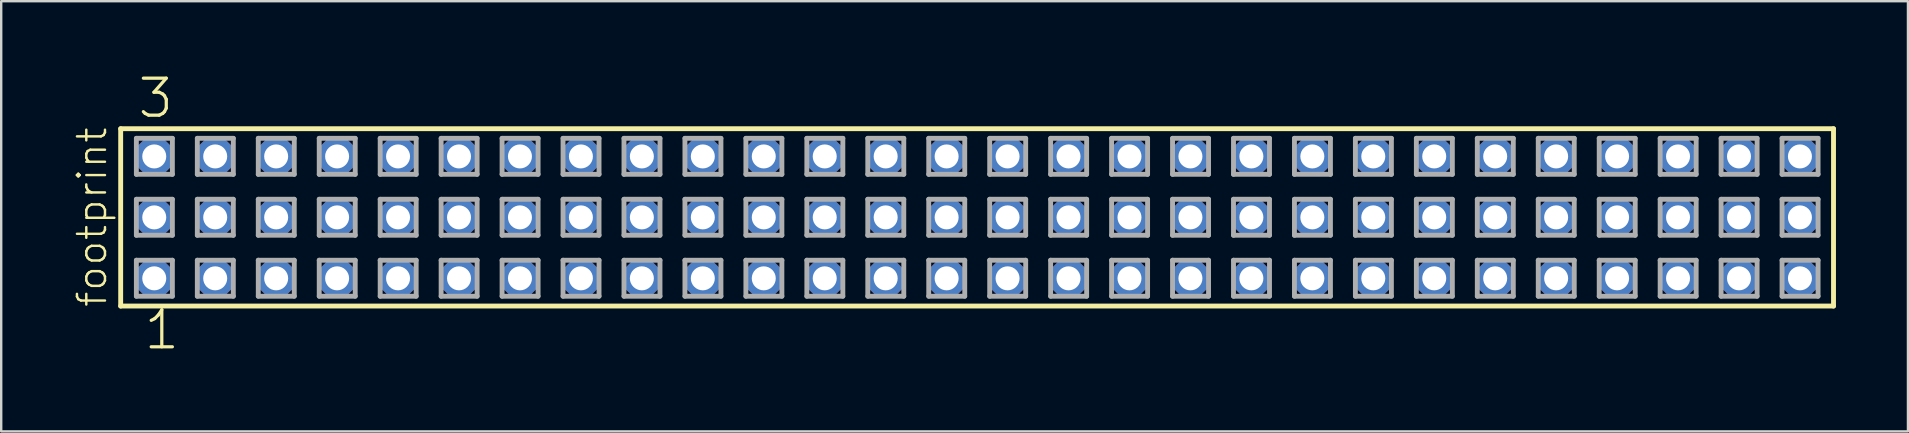
<source format=kicad_pcb>
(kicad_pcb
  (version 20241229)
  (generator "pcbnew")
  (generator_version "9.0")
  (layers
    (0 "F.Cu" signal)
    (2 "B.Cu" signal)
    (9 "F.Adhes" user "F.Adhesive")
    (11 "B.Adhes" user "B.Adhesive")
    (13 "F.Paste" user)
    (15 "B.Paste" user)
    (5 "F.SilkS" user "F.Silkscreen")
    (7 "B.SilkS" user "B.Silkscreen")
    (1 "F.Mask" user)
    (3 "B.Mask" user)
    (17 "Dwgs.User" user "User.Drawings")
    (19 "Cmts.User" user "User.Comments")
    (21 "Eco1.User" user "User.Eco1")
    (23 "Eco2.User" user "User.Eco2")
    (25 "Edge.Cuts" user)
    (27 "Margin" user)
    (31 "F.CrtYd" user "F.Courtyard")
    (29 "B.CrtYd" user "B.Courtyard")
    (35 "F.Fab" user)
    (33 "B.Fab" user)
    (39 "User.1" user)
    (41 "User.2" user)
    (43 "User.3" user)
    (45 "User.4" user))
  (footprint "footprint"
    (layer "F.Cu")
    (at 37.668 6.009)
    (property "Reference" "footprint" (at -36.195 3.81 90) (layer "F.SilkS") (effects (font (size 1.168 1.168) (thickness 0.102)) (justify left bottom)))
    (fp_line (start -35.689 -3.695) (end 35.689 -3.695) (stroke (width 0.203) (type solid)) (layer "F.SilkS"))
    (fp_line (start -35.689 3.695) (end -35.689 -3.695) (stroke (width 0.203) (type solid)) (layer "F.SilkS"))
    (fp_line (start 35.689 -3.695) (end 35.689 3.695) (stroke (width 0.203) (type solid)) (layer "F.SilkS"))
    (fp_line (start 35.689 3.695) (end -35.689 3.695) (stroke (width 0.203) (type solid)) (layer "F.SilkS"))
    (fp_line (start -35.035 -3.295) (end -33.535 -3.295) (stroke (width 0.203) (type solid)) (layer "F.Fab"))
    (fp_line (start -35.035 -1.795) (end -35.035 -3.295) (stroke (width 0.203) (type solid)) (layer "F.Fab"))
    (fp_line (start -35.035 -0.755) (end -33.535 -0.755) (stroke (width 0.203) (type solid)) (layer "F.Fab"))
    (fp_line (start -35.035 0.745) (end -35.035 -0.755) (stroke (width 0.203) (type solid)) (layer "F.Fab"))
    (fp_line (start -35.035 1.785) (end -33.535 1.785) (stroke (width 0.203) (type solid)) (layer "F.Fab"))
    (fp_line (start -35.035 3.285) (end -35.035 1.785) (stroke (width 0.203) (type solid)) (layer "F.Fab"))
    (fp_line (start -33.535 -3.295) (end -33.535 -1.795) (stroke (width 0.203) (type solid)) (layer "F.Fab"))
    (fp_line (start -33.535 -1.795) (end -35.035 -1.795) (stroke (width 0.203) (type solid)) (layer "F.Fab"))
    (fp_line (start -33.535 -0.755) (end -33.535 0.745) (stroke (width 0.203) (type solid)) (layer "F.Fab"))
    (fp_line (start -33.535 0.745) (end -35.035 0.745) (stroke (width 0.203) (type solid)) (layer "F.Fab"))
    (fp_line (start -33.535 1.785) (end -33.535 3.285) (stroke (width 0.203) (type solid)) (layer "F.Fab"))
    (fp_line (start -33.535 3.285) (end -35.035 3.285) (stroke (width 0.203) (type solid)) (layer "F.Fab"))
    (fp_line (start -32.495 -3.295) (end -30.995 -3.295) (stroke (width 0.203) (type solid)) (layer "F.Fab"))
    (fp_line (start -32.495 -1.795) (end -32.495 -3.295) (stroke (width 0.203) (type solid)) (layer "F.Fab"))
    (fp_line (start -32.495 -0.755) (end -30.995 -0.755) (stroke (width 0.203) (type solid)) (layer "F.Fab"))
    (fp_line (start -32.495 0.745) (end -32.495 -0.755) (stroke (width 0.203) (type solid)) (layer "F.Fab"))
    (fp_line (start -32.495 1.785) (end -30.995 1.785) (stroke (width 0.203) (type solid)) (layer "F.Fab"))
    (fp_line (start -32.495 3.285) (end -32.495 1.785) (stroke (width 0.203) (type solid)) (layer "F.Fab"))
    (fp_line (start -30.995 -3.295) (end -30.995 -1.795) (stroke (width 0.203) (type solid)) (layer "F.Fab"))
    (fp_line (start -30.995 -1.795) (end -32.495 -1.795) (stroke (width 0.203) (type solid)) (layer "F.Fab"))
    (fp_line (start -30.995 -0.755) (end -30.995 0.745) (stroke (width 0.203) (type solid)) (layer "F.Fab"))
    (fp_line (start -30.995 0.745) (end -32.495 0.745) (stroke (width 0.203) (type solid)) (layer "F.Fab"))
    (fp_line (start -30.995 1.785) (end -30.995 3.285) (stroke (width 0.203) (type solid)) (layer "F.Fab"))
    (fp_line (start -30.995 3.285) (end -32.495 3.285) (stroke (width 0.203) (type solid)) (layer "F.Fab"))
    (fp_line (start -29.955 -3.295) (end -28.455 -3.295) (stroke (width 0.203) (type solid)) (layer "F.Fab"))
    (fp_line (start -29.955 -1.795) (end -29.955 -3.295) (stroke (width 0.203) (type solid)) (layer "F.Fab"))
    (fp_line (start -29.955 -0.755) (end -28.455 -0.755) (stroke (width 0.203) (type solid)) (layer "F.Fab"))
    (fp_line (start -29.955 0.745) (end -29.955 -0.755) (stroke (width 0.203) (type solid)) (layer "F.Fab"))
    (fp_line (start -29.955 1.785) (end -28.455 1.785) (stroke (width 0.203) (type solid)) (layer "F.Fab"))
    (fp_line (start -29.955 3.285) (end -29.955 1.785) (stroke (width 0.203) (type solid)) (layer "F.Fab"))
    (fp_line (start -28.455 -3.295) (end -28.455 -1.795) (stroke (width 0.203) (type solid)) (layer "F.Fab"))
    (fp_line (start -28.455 -1.795) (end -29.955 -1.795) (stroke (width 0.203) (type solid)) (layer "F.Fab"))
    (fp_line (start -28.455 -0.755) (end -28.455 0.745) (stroke (width 0.203) (type solid)) (layer "F.Fab"))
    (fp_line (start -28.455 0.745) (end -29.955 0.745) (stroke (width 0.203) (type solid)) (layer "F.Fab"))
    (fp_line (start -28.455 1.785) (end -28.455 3.285) (stroke (width 0.203) (type solid)) (layer "F.Fab"))
    (fp_line (start -28.455 3.285) (end -29.955 3.285) (stroke (width 0.203) (type solid)) (layer "F.Fab"))
    (fp_line (start -27.415 -3.295) (end -25.915 -3.295) (stroke (width 0.203) (type solid)) (layer "F.Fab"))
    (fp_line (start -27.415 -1.795) (end -27.415 -3.295) (stroke (width 0.203) (type solid)) (layer "F.Fab"))
    (fp_line (start -27.415 -0.755) (end -25.915 -0.755) (stroke (width 0.203) (type solid)) (layer "F.Fab"))
    (fp_line (start -27.415 0.745) (end -27.415 -0.755) (stroke (width 0.203) (type solid)) (layer "F.Fab"))
    (fp_line (start -27.415 1.785) (end -25.915 1.785) (stroke (width 0.203) (type solid)) (layer "F.Fab"))
    (fp_line (start -27.415 3.285) (end -27.415 1.785) (stroke (width 0.203) (type solid)) (layer "F.Fab"))
    (fp_line (start -25.915 -3.295) (end -25.915 -1.795) (stroke (width 0.203) (type solid)) (layer "F.Fab"))
    (fp_line (start -25.915 -1.795) (end -27.415 -1.795) (stroke (width 0.203) (type solid)) (layer "F.Fab"))
    (fp_line (start -25.915 -0.755) (end -25.915 0.745) (stroke (width 0.203) (type solid)) (layer "F.Fab"))
    (fp_line (start -25.915 0.745) (end -27.415 0.745) (stroke (width 0.203) (type solid)) (layer "F.Fab"))
    (fp_line (start -25.915 1.785) (end -25.915 3.285) (stroke (width 0.203) (type solid)) (layer "F.Fab"))
    (fp_line (start -25.915 3.285) (end -27.415 3.285) (stroke (width 0.203) (type solid)) (layer "F.Fab"))
    (fp_line (start -24.875 -3.295) (end -23.375 -3.295) (stroke (width 0.203) (type solid)) (layer "F.Fab"))
    (fp_line (start -24.875 -1.795) (end -24.875 -3.295) (stroke (width 0.203) (type solid)) (layer "F.Fab"))
    (fp_line (start -24.875 -0.755) (end -23.375 -0.755) (stroke (width 0.203) (type solid)) (layer "F.Fab"))
    (fp_line (start -24.875 0.745) (end -24.875 -0.755) (stroke (width 0.203) (type solid)) (layer "F.Fab"))
    (fp_line (start -24.875 1.785) (end -23.375 1.785) (stroke (width 0.203) (type solid)) (layer "F.Fab"))
    (fp_line (start -24.875 3.285) (end -24.875 1.785) (stroke (width 0.203) (type solid)) (layer "F.Fab"))
    (fp_line (start -23.375 -3.295) (end -23.375 -1.795) (stroke (width 0.203) (type solid)) (layer "F.Fab"))
    (fp_line (start -23.375 -1.795) (end -24.875 -1.795) (stroke (width 0.203) (type solid)) (layer "F.Fab"))
    (fp_line (start -23.375 -0.755) (end -23.375 0.745) (stroke (width 0.203) (type solid)) (layer "F.Fab"))
    (fp_line (start -23.375 0.745) (end -24.875 0.745) (stroke (width 0.203) (type solid)) (layer "F.Fab"))
    (fp_line (start -23.375 1.785) (end -23.375 3.285) (stroke (width 0.203) (type solid)) (layer "F.Fab"))
    (fp_line (start -23.375 3.285) (end -24.875 3.285) (stroke (width 0.203) (type solid)) (layer "F.Fab"))
    (fp_line (start -22.335 -3.295) (end -20.835 -3.295) (stroke (width 0.203) (type solid)) (layer "F.Fab"))
    (fp_line (start -22.335 -1.795) (end -22.335 -3.295) (stroke (width 0.203) (type solid)) (layer "F.Fab"))
    (fp_line (start -22.335 -0.755) (end -20.835 -0.755) (stroke (width 0.203) (type solid)) (layer "F.Fab"))
    (fp_line (start -22.335 0.745) (end -22.335 -0.755) (stroke (width 0.203) (type solid)) (layer "F.Fab"))
    (fp_line (start -22.335 1.785) (end -20.835 1.785) (stroke (width 0.203) (type solid)) (layer "F.Fab"))
    (fp_line (start -22.335 3.285) (end -22.335 1.785) (stroke (width 0.203) (type solid)) (layer "F.Fab"))
    (fp_line (start -20.835 -3.295) (end -20.835 -1.795) (stroke (width 0.203) (type solid)) (layer "F.Fab"))
    (fp_line (start -20.835 -1.795) (end -22.335 -1.795) (stroke (width 0.203) (type solid)) (layer "F.Fab"))
    (fp_line (start -20.835 -0.755) (end -20.835 0.745) (stroke (width 0.203) (type solid)) (layer "F.Fab"))
    (fp_line (start -20.835 0.745) (end -22.335 0.745) (stroke (width 0.203) (type solid)) (layer "F.Fab"))
    (fp_line (start -20.835 1.785) (end -20.835 3.285) (stroke (width 0.203) (type solid)) (layer "F.Fab"))
    (fp_line (start -20.835 3.285) (end -22.335 3.285) (stroke (width 0.203) (type solid)) (layer "F.Fab"))
    (fp_line (start -19.795 -3.295) (end -18.295 -3.295) (stroke (width 0.203) (type solid)) (layer "F.Fab"))
    (fp_line (start -19.795 -1.795) (end -19.795 -3.295) (stroke (width 0.203) (type solid)) (layer "F.Fab"))
    (fp_line (start -19.795 -0.755) (end -18.295 -0.755) (stroke (width 0.203) (type solid)) (layer "F.Fab"))
    (fp_line (start -19.795 0.745) (end -19.795 -0.755) (stroke (width 0.203) (type solid)) (layer "F.Fab"))
    (fp_line (start -19.795 1.785) (end -18.295 1.785) (stroke (width 0.203) (type solid)) (layer "F.Fab"))
    (fp_line (start -19.795 3.285) (end -19.795 1.785) (stroke (width 0.203) (type solid)) (layer "F.Fab"))
    (fp_line (start -18.295 -3.295) (end -18.295 -1.795) (stroke (width 0.203) (type solid)) (layer "F.Fab"))
    (fp_line (start -18.295 -1.795) (end -19.795 -1.795) (stroke (width 0.203) (type solid)) (layer "F.Fab"))
    (fp_line (start -18.295 -0.755) (end -18.295 0.745) (stroke (width 0.203) (type solid)) (layer "F.Fab"))
    (fp_line (start -18.295 0.745) (end -19.795 0.745) (stroke (width 0.203) (type solid)) (layer "F.Fab"))
    (fp_line (start -18.295 1.785) (end -18.295 3.285) (stroke (width 0.203) (type solid)) (layer "F.Fab"))
    (fp_line (start -18.295 3.285) (end -19.795 3.285) (stroke (width 0.203) (type solid)) (layer "F.Fab"))
    (fp_line (start -17.255 -3.295) (end -15.755 -3.295) (stroke (width 0.203) (type solid)) (layer "F.Fab"))
    (fp_line (start -17.255 -1.795) (end -17.255 -3.295) (stroke (width 0.203) (type solid)) (layer "F.Fab"))
    (fp_line (start -17.255 -0.755) (end -15.755 -0.755) (stroke (width 0.203) (type solid)) (layer "F.Fab"))
    (fp_line (start -17.255 0.745) (end -17.255 -0.755) (stroke (width 0.203) (type solid)) (layer "F.Fab"))
    (fp_line (start -17.255 1.785) (end -15.755 1.785) (stroke (width 0.203) (type solid)) (layer "F.Fab"))
    (fp_line (start -17.255 3.285) (end -17.255 1.785) (stroke (width 0.203) (type solid)) (layer "F.Fab"))
    (fp_line (start -15.755 -3.295) (end -15.755 -1.795) (stroke (width 0.203) (type solid)) (layer "F.Fab"))
    (fp_line (start -15.755 -1.795) (end -17.255 -1.795) (stroke (width 0.203) (type solid)) (layer "F.Fab"))
    (fp_line (start -15.755 -0.755) (end -15.755 0.745) (stroke (width 0.203) (type solid)) (layer "F.Fab"))
    (fp_line (start -15.755 0.745) (end -17.255 0.745) (stroke (width 0.203) (type solid)) (layer "F.Fab"))
    (fp_line (start -15.755 1.785) (end -15.755 3.285) (stroke (width 0.203) (type solid)) (layer "F.Fab"))
    (fp_line (start -15.755 3.285) (end -17.255 3.285) (stroke (width 0.203) (type solid)) (layer "F.Fab"))
    (fp_line (start -14.715 -3.295) (end -13.215 -3.295) (stroke (width 0.203) (type solid)) (layer "F.Fab"))
    (fp_line (start -14.715 -1.795) (end -14.715 -3.295) (stroke (width 0.203) (type solid)) (layer "F.Fab"))
    (fp_line (start -14.715 -0.755) (end -13.215 -0.755) (stroke (width 0.203) (type solid)) (layer "F.Fab"))
    (fp_line (start -14.715 0.745) (end -14.715 -0.755) (stroke (width 0.203) (type solid)) (layer "F.Fab"))
    (fp_line (start -14.715 1.785) (end -13.215 1.785) (stroke (width 0.203) (type solid)) (layer "F.Fab"))
    (fp_line (start -14.715 3.285) (end -14.715 1.785) (stroke (width 0.203) (type solid)) (layer "F.Fab"))
    (fp_line (start -13.215 -3.295) (end -13.215 -1.795) (stroke (width 0.203) (type solid)) (layer "F.Fab"))
    (fp_line (start -13.215 -1.795) (end -14.715 -1.795) (stroke (width 0.203) (type solid)) (layer "F.Fab"))
    (fp_line (start -13.215 -0.755) (end -13.215 0.745) (stroke (width 0.203) (type solid)) (layer "F.Fab"))
    (fp_line (start -13.215 0.745) (end -14.715 0.745) (stroke (width 0.203) (type solid)) (layer "F.Fab"))
    (fp_line (start -13.215 1.785) (end -13.215 3.285) (stroke (width 0.203) (type solid)) (layer "F.Fab"))
    (fp_line (start -13.215 3.285) (end -14.715 3.285) (stroke (width 0.203) (type solid)) (layer "F.Fab"))
    (fp_line (start -12.175 -3.295) (end -10.675 -3.295) (stroke (width 0.203) (type solid)) (layer "F.Fab"))
    (fp_line (start -12.175 -1.795) (end -12.175 -3.295) (stroke (width 0.203) (type solid)) (layer "F.Fab"))
    (fp_line (start -12.175 -0.755) (end -10.675 -0.755) (stroke (width 0.203) (type solid)) (layer "F.Fab"))
    (fp_line (start -12.175 0.745) (end -12.175 -0.755) (stroke (width 0.203) (type solid)) (layer "F.Fab"))
    (fp_line (start -12.175 1.785) (end -10.675 1.785) (stroke (width 0.203) (type solid)) (layer "F.Fab"))
    (fp_line (start -12.175 3.285) (end -12.175 1.785) (stroke (width 0.203) (type solid)) (layer "F.Fab"))
    (fp_line (start -10.675 -3.295) (end -10.675 -1.795) (stroke (width 0.203) (type solid)) (layer "F.Fab"))
    (fp_line (start -10.675 -1.795) (end -12.175 -1.795) (stroke (width 0.203) (type solid)) (layer "F.Fab"))
    (fp_line (start -10.675 -0.755) (end -10.675 0.745) (stroke (width 0.203) (type solid)) (layer "F.Fab"))
    (fp_line (start -10.675 0.745) (end -12.175 0.745) (stroke (width 0.203) (type solid)) (layer "F.Fab"))
    (fp_line (start -10.675 1.785) (end -10.675 3.285) (stroke (width 0.203) (type solid)) (layer "F.Fab"))
    (fp_line (start -10.675 3.285) (end -12.175 3.285) (stroke (width 0.203) (type solid)) (layer "F.Fab"))
    (fp_line (start -9.635 -3.295) (end -8.135 -3.295) (stroke (width 0.203) (type solid)) (layer "F.Fab"))
    (fp_line (start -9.635 -1.795) (end -9.635 -3.295) (stroke (width 0.203) (type solid)) (layer "F.Fab"))
    (fp_line (start -9.635 -0.755) (end -8.135 -0.755) (stroke (width 0.203) (type solid)) (layer "F.Fab"))
    (fp_line (start -9.635 0.745) (end -9.635 -0.755) (stroke (width 0.203) (type solid)) (layer "F.Fab"))
    (fp_line (start -9.635 1.785) (end -8.135 1.785) (stroke (width 0.203) (type solid)) (layer "F.Fab"))
    (fp_line (start -9.635 3.285) (end -9.635 1.785) (stroke (width 0.203) (type solid)) (layer "F.Fab"))
    (fp_line (start -8.135 -3.295) (end -8.135 -1.795) (stroke (width 0.203) (type solid)) (layer "F.Fab"))
    (fp_line (start -8.135 -1.795) (end -9.635 -1.795) (stroke (width 0.203) (type solid)) (layer "F.Fab"))
    (fp_line (start -8.135 -0.755) (end -8.135 0.745) (stroke (width 0.203) (type solid)) (layer "F.Fab"))
    (fp_line (start -8.135 0.745) (end -9.635 0.745) (stroke (width 0.203) (type solid)) (layer "F.Fab"))
    (fp_line (start -8.135 1.785) (end -8.135 3.285) (stroke (width 0.203) (type solid)) (layer "F.Fab"))
    (fp_line (start -8.135 3.285) (end -9.635 3.285) (stroke (width 0.203) (type solid)) (layer "F.Fab"))
    (fp_line (start -7.095 -3.295) (end -5.595 -3.295) (stroke (width 0.203) (type solid)) (layer "F.Fab"))
    (fp_line (start -7.095 -1.795) (end -7.095 -3.295) (stroke (width 0.203) (type solid)) (layer "F.Fab"))
    (fp_line (start -7.095 -0.755) (end -5.595 -0.755) (stroke (width 0.203) (type solid)) (layer "F.Fab"))
    (fp_line (start -7.095 0.745) (end -7.095 -0.755) (stroke (width 0.203) (type solid)) (layer "F.Fab"))
    (fp_line (start -7.095 1.785) (end -5.595 1.785) (stroke (width 0.203) (type solid)) (layer "F.Fab"))
    (fp_line (start -7.095 3.285) (end -7.095 1.785) (stroke (width 0.203) (type solid)) (layer "F.Fab"))
    (fp_line (start -5.595 -3.295) (end -5.595 -1.795) (stroke (width 0.203) (type solid)) (layer "F.Fab"))
    (fp_line (start -5.595 -1.795) (end -7.095 -1.795) (stroke (width 0.203) (type solid)) (layer "F.Fab"))
    (fp_line (start -5.595 -0.755) (end -5.595 0.745) (stroke (width 0.203) (type solid)) (layer "F.Fab"))
    (fp_line (start -5.595 0.745) (end -7.095 0.745) (stroke (width 0.203) (type solid)) (layer "F.Fab"))
    (fp_line (start -5.595 1.785) (end -5.595 3.285) (stroke (width 0.203) (type solid)) (layer "F.Fab"))
    (fp_line (start -5.595 3.285) (end -7.095 3.285) (stroke (width 0.203) (type solid)) (layer "F.Fab"))
    (fp_line (start -4.555 -3.295) (end -3.055 -3.295) (stroke (width 0.203) (type solid)) (layer "F.Fab"))
    (fp_line (start -4.555 -1.795) (end -4.555 -3.295) (stroke (width 0.203) (type solid)) (layer "F.Fab"))
    (fp_line (start -4.555 -0.755) (end -3.055 -0.755) (stroke (width 0.203) (type solid)) (layer "F.Fab"))
    (fp_line (start -4.555 0.745) (end -4.555 -0.755) (stroke (width 0.203) (type solid)) (layer "F.Fab"))
    (fp_line (start -4.555 1.785) (end -3.055 1.785) (stroke (width 0.203) (type solid)) (layer "F.Fab"))
    (fp_line (start -4.555 3.285) (end -4.555 1.785) (stroke (width 0.203) (type solid)) (layer "F.Fab"))
    (fp_line (start -3.055 -3.295) (end -3.055 -1.795) (stroke (width 0.203) (type solid)) (layer "F.Fab"))
    (fp_line (start -3.055 -1.795) (end -4.555 -1.795) (stroke (width 0.203) (type solid)) (layer "F.Fab"))
    (fp_line (start -3.055 -0.755) (end -3.055 0.745) (stroke (width 0.203) (type solid)) (layer "F.Fab"))
    (fp_line (start -3.055 0.745) (end -4.555 0.745) (stroke (width 0.203) (type solid)) (layer "F.Fab"))
    (fp_line (start -3.055 1.785) (end -3.055 3.285) (stroke (width 0.203) (type solid)) (layer "F.Fab"))
    (fp_line (start -3.055 3.285) (end -4.555 3.285) (stroke (width 0.203) (type solid)) (layer "F.Fab"))
    (fp_line (start -2.015 -3.295) (end -0.515 -3.295) (stroke (width 0.203) (type solid)) (layer "F.Fab"))
    (fp_line (start -2.015 -1.795) (end -2.015 -3.295) (stroke (width 0.203) (type solid)) (layer "F.Fab"))
    (fp_line (start -2.015 -0.755) (end -0.515 -0.755) (stroke (width 0.203) (type solid)) (layer "F.Fab"))
    (fp_line (start -2.015 0.745) (end -2.015 -0.755) (stroke (width 0.203) (type solid)) (layer "F.Fab"))
    (fp_line (start -2.015 1.785) (end -0.515 1.785) (stroke (width 0.203) (type solid)) (layer "F.Fab"))
    (fp_line (start -2.015 3.285) (end -2.015 1.785) (stroke (width 0.203) (type solid)) (layer "F.Fab"))
    (fp_line (start -0.515 -3.295) (end -0.515 -1.795) (stroke (width 0.203) (type solid)) (layer "F.Fab"))
    (fp_line (start -0.515 -1.795) (end -2.015 -1.795) (stroke (width 0.203) (type solid)) (layer "F.Fab"))
    (fp_line (start -0.515 -0.755) (end -0.515 0.745) (stroke (width 0.203) (type solid)) (layer "F.Fab"))
    (fp_line (start -0.515 0.745) (end -2.015 0.745) (stroke (width 0.203) (type solid)) (layer "F.Fab"))
    (fp_line (start -0.515 1.785) (end -0.515 3.285) (stroke (width 0.203) (type solid)) (layer "F.Fab"))
    (fp_line (start -0.515 3.285) (end -2.015 3.285) (stroke (width 0.203) (type solid)) (layer "F.Fab"))
    (fp_line (start 0.525 -3.295) (end 2.025 -3.295) (stroke (width 0.203) (type solid)) (layer "F.Fab"))
    (fp_line (start 0.525 -1.795) (end 0.525 -3.295) (stroke (width 0.203) (type solid)) (layer "F.Fab"))
    (fp_line (start 0.525 -0.755) (end 2.025 -0.755) (stroke (width 0.203) (type solid)) (layer "F.Fab"))
    (fp_line (start 0.525 0.745) (end 0.525 -0.755) (stroke (width 0.203) (type solid)) (layer "F.Fab"))
    (fp_line (start 0.525 1.785) (end 2.025 1.785) (stroke (width 0.203) (type solid)) (layer "F.Fab"))
    (fp_line (start 0.525 3.285) (end 0.525 1.785) (stroke (width 0.203) (type solid)) (layer "F.Fab"))
    (fp_line (start 2.025 -3.295) (end 2.025 -1.795) (stroke (width 0.203) (type solid)) (layer "F.Fab"))
    (fp_line (start 2.025 -1.795) (end 0.525 -1.795) (stroke (width 0.203) (type solid)) (layer "F.Fab"))
    (fp_line (start 2.025 -0.755) (end 2.025 0.745) (stroke (width 0.203) (type solid)) (layer "F.Fab"))
    (fp_line (start 2.025 0.745) (end 0.525 0.745) (stroke (width 0.203) (type solid)) (layer "F.Fab"))
    (fp_line (start 2.025 1.785) (end 2.025 3.285) (stroke (width 0.203) (type solid)) (layer "F.Fab"))
    (fp_line (start 2.025 3.285) (end 0.525 3.285) (stroke (width 0.203) (type solid)) (layer "F.Fab"))
    (fp_line (start 3.065 -3.295) (end 4.565 -3.295) (stroke (width 0.203) (type solid)) (layer "F.Fab"))
    (fp_line (start 3.065 -1.795) (end 3.065 -3.295) (stroke (width 0.203) (type solid)) (layer "F.Fab"))
    (fp_line (start 3.065 -0.755) (end 4.565 -0.755) (stroke (width 0.203) (type solid)) (layer "F.Fab"))
    (fp_line (start 3.065 0.745) (end 3.065 -0.755) (stroke (width 0.203) (type solid)) (layer "F.Fab"))
    (fp_line (start 3.065 1.785) (end 4.565 1.785) (stroke (width 0.203) (type solid)) (layer "F.Fab"))
    (fp_line (start 3.065 3.285) (end 3.065 1.785) (stroke (width 0.203) (type solid)) (layer "F.Fab"))
    (fp_line (start 4.565 -3.295) (end 4.565 -1.795) (stroke (width 0.203) (type solid)) (layer "F.Fab"))
    (fp_line (start 4.565 -1.795) (end 3.065 -1.795) (stroke (width 0.203) (type solid)) (layer "F.Fab"))
    (fp_line (start 4.565 -0.755) (end 4.565 0.745) (stroke (width 0.203) (type solid)) (layer "F.Fab"))
    (fp_line (start 4.565 0.745) (end 3.065 0.745) (stroke (width 0.203) (type solid)) (layer "F.Fab"))
    (fp_line (start 4.565 1.785) (end 4.565 3.285) (stroke (width 0.203) (type solid)) (layer "F.Fab"))
    (fp_line (start 4.565 3.285) (end 3.065 3.285) (stroke (width 0.203) (type solid)) (layer "F.Fab"))
    (fp_line (start 5.605 -3.295) (end 7.105 -3.295) (stroke (width 0.203) (type solid)) (layer "F.Fab"))
    (fp_line (start 5.605 -1.795) (end 5.605 -3.295) (stroke (width 0.203) (type solid)) (layer "F.Fab"))
    (fp_line (start 5.605 -0.755) (end 7.105 -0.755) (stroke (width 0.203) (type solid)) (layer "F.Fab"))
    (fp_line (start 5.605 0.745) (end 5.605 -0.755) (stroke (width 0.203) (type solid)) (layer "F.Fab"))
    (fp_line (start 5.605 1.785) (end 7.105 1.785) (stroke (width 0.203) (type solid)) (layer "F.Fab"))
    (fp_line (start 5.605 3.285) (end 5.605 1.785) (stroke (width 0.203) (type solid)) (layer "F.Fab"))
    (fp_line (start 7.105 -3.295) (end 7.105 -1.795) (stroke (width 0.203) (type solid)) (layer "F.Fab"))
    (fp_line (start 7.105 -1.795) (end 5.605 -1.795) (stroke (width 0.203) (type solid)) (layer "F.Fab"))
    (fp_line (start 7.105 -0.755) (end 7.105 0.745) (stroke (width 0.203) (type solid)) (layer "F.Fab"))
    (fp_line (start 7.105 0.745) (end 5.605 0.745) (stroke (width 0.203) (type solid)) (layer "F.Fab"))
    (fp_line (start 7.105 1.785) (end 7.105 3.285) (stroke (width 0.203) (type solid)) (layer "F.Fab"))
    (fp_line (start 7.105 3.285) (end 5.605 3.285) (stroke (width 0.203) (type solid)) (layer "F.Fab"))
    (fp_line (start 8.145 -3.295) (end 9.645 -3.295) (stroke (width 0.203) (type solid)) (layer "F.Fab"))
    (fp_line (start 8.145 -1.795) (end 8.145 -3.295) (stroke (width 0.203) (type solid)) (layer "F.Fab"))
    (fp_line (start 8.145 -0.755) (end 9.645 -0.755) (stroke (width 0.203) (type solid)) (layer "F.Fab"))
    (fp_line (start 8.145 0.745) (end 8.145 -0.755) (stroke (width 0.203) (type solid)) (layer "F.Fab"))
    (fp_line (start 8.145 1.785) (end 9.645 1.785) (stroke (width 0.203) (type solid)) (layer "F.Fab"))
    (fp_line (start 8.145 3.285) (end 8.145 1.785) (stroke (width 0.203) (type solid)) (layer "F.Fab"))
    (fp_line (start 9.645 -3.295) (end 9.645 -1.795) (stroke (width 0.203) (type solid)) (layer "F.Fab"))
    (fp_line (start 9.645 -1.795) (end 8.145 -1.795) (stroke (width 0.203) (type solid)) (layer "F.Fab"))
    (fp_line (start 9.645 -0.755) (end 9.645 0.745) (stroke (width 0.203) (type solid)) (layer "F.Fab"))
    (fp_line (start 9.645 0.745) (end 8.145 0.745) (stroke (width 0.203) (type solid)) (layer "F.Fab"))
    (fp_line (start 9.645 1.785) (end 9.645 3.285) (stroke (width 0.203) (type solid)) (layer "F.Fab"))
    (fp_line (start 9.645 3.285) (end 8.145 3.285) (stroke (width 0.203) (type solid)) (layer "F.Fab"))
    (fp_line (start 10.685 -3.295) (end 12.185 -3.295) (stroke (width 0.203) (type solid)) (layer "F.Fab"))
    (fp_line (start 10.685 -1.795) (end 10.685 -3.295) (stroke (width 0.203) (type solid)) (layer "F.Fab"))
    (fp_line (start 10.685 -0.755) (end 12.185 -0.755) (stroke (width 0.203) (type solid)) (layer "F.Fab"))
    (fp_line (start 10.685 0.745) (end 10.685 -0.755) (stroke (width 0.203) (type solid)) (layer "F.Fab"))
    (fp_line (start 10.685 1.785) (end 12.185 1.785) (stroke (width 0.203) (type solid)) (layer "F.Fab"))
    (fp_line (start 10.685 3.285) (end 10.685 1.785) (stroke (width 0.203) (type solid)) (layer "F.Fab"))
    (fp_line (start 12.185 -3.295) (end 12.185 -1.795) (stroke (width 0.203) (type solid)) (layer "F.Fab"))
    (fp_line (start 12.185 -1.795) (end 10.685 -1.795) (stroke (width 0.203) (type solid)) (layer "F.Fab"))
    (fp_line (start 12.185 -0.755) (end 12.185 0.745) (stroke (width 0.203) (type solid)) (layer "F.Fab"))
    (fp_line (start 12.185 0.745) (end 10.685 0.745) (stroke (width 0.203) (type solid)) (layer "F.Fab"))
    (fp_line (start 12.185 1.785) (end 12.185 3.285) (stroke (width 0.203) (type solid)) (layer "F.Fab"))
    (fp_line (start 12.185 3.285) (end 10.685 3.285) (stroke (width 0.203) (type solid)) (layer "F.Fab"))
    (fp_line (start 13.225 -3.295) (end 14.725 -3.295) (stroke (width 0.203) (type solid)) (layer "F.Fab"))
    (fp_line (start 13.225 -1.795) (end 13.225 -3.295) (stroke (width 0.203) (type solid)) (layer "F.Fab"))
    (fp_line (start 13.225 -0.755) (end 14.725 -0.755) (stroke (width 0.203) (type solid)) (layer "F.Fab"))
    (fp_line (start 13.225 0.745) (end 13.225 -0.755) (stroke (width 0.203) (type solid)) (layer "F.Fab"))
    (fp_line (start 13.225 1.785) (end 14.725 1.785) (stroke (width 0.203) (type solid)) (layer "F.Fab"))
    (fp_line (start 13.225 3.285) (end 13.225 1.785) (stroke (width 0.203) (type solid)) (layer "F.Fab"))
    (fp_line (start 14.725 -3.295) (end 14.725 -1.795) (stroke (width 0.203) (type solid)) (layer "F.Fab"))
    (fp_line (start 14.725 -1.795) (end 13.225 -1.795) (stroke (width 0.203) (type solid)) (layer "F.Fab"))
    (fp_line (start 14.725 -0.755) (end 14.725 0.745) (stroke (width 0.203) (type solid)) (layer "F.Fab"))
    (fp_line (start 14.725 0.745) (end 13.225 0.745) (stroke (width 0.203) (type solid)) (layer "F.Fab"))
    (fp_line (start 14.725 1.785) (end 14.725 3.285) (stroke (width 0.203) (type solid)) (layer "F.Fab"))
    (fp_line (start 14.725 3.285) (end 13.225 3.285) (stroke (width 0.203) (type solid)) (layer "F.Fab"))
    (fp_line (start 15.765 -3.295) (end 17.265 -3.295) (stroke (width 0.203) (type solid)) (layer "F.Fab"))
    (fp_line (start 15.765 -1.795) (end 15.765 -3.295) (stroke (width 0.203) (type solid)) (layer "F.Fab"))
    (fp_line (start 15.765 -0.755) (end 17.265 -0.755) (stroke (width 0.203) (type solid)) (layer "F.Fab"))
    (fp_line (start 15.765 0.745) (end 15.765 -0.755) (stroke (width 0.203) (type solid)) (layer "F.Fab"))
    (fp_line (start 15.765 1.785) (end 17.265 1.785) (stroke (width 0.203) (type solid)) (layer "F.Fab"))
    (fp_line (start 15.765 3.285) (end 15.765 1.785) (stroke (width 0.203) (type solid)) (layer "F.Fab"))
    (fp_line (start 17.265 -3.295) (end 17.265 -1.795) (stroke (width 0.203) (type solid)) (layer "F.Fab"))
    (fp_line (start 17.265 -1.795) (end 15.765 -1.795) (stroke (width 0.203) (type solid)) (layer "F.Fab"))
    (fp_line (start 17.265 -0.755) (end 17.265 0.745) (stroke (width 0.203) (type solid)) (layer "F.Fab"))
    (fp_line (start 17.265 0.745) (end 15.765 0.745) (stroke (width 0.203) (type solid)) (layer "F.Fab"))
    (fp_line (start 17.265 1.785) (end 17.265 3.285) (stroke (width 0.203) (type solid)) (layer "F.Fab"))
    (fp_line (start 17.265 3.285) (end 15.765 3.285) (stroke (width 0.203) (type solid)) (layer "F.Fab"))
    (fp_line (start 18.305 -3.295) (end 19.805 -3.295) (stroke (width 0.203) (type solid)) (layer "F.Fab"))
    (fp_line (start 18.305 -1.795) (end 18.305 -3.295) (stroke (width 0.203) (type solid)) (layer "F.Fab"))
    (fp_line (start 18.305 -0.755) (end 19.805 -0.755) (stroke (width 0.203) (type solid)) (layer "F.Fab"))
    (fp_line (start 18.305 0.745) (end 18.305 -0.755) (stroke (width 0.203) (type solid)) (layer "F.Fab"))
    (fp_line (start 18.305 1.785) (end 19.805 1.785) (stroke (width 0.203) (type solid)) (layer "F.Fab"))
    (fp_line (start 18.305 3.285) (end 18.305 1.785) (stroke (width 0.203) (type solid)) (layer "F.Fab"))
    (fp_line (start 19.805 -3.295) (end 19.805 -1.795) (stroke (width 0.203) (type solid)) (layer "F.Fab"))
    (fp_line (start 19.805 -1.795) (end 18.305 -1.795) (stroke (width 0.203) (type solid)) (layer "F.Fab"))
    (fp_line (start 19.805 -0.755) (end 19.805 0.745) (stroke (width 0.203) (type solid)) (layer "F.Fab"))
    (fp_line (start 19.805 0.745) (end 18.305 0.745) (stroke (width 0.203) (type solid)) (layer "F.Fab"))
    (fp_line (start 19.805 1.785) (end 19.805 3.285) (stroke (width 0.203) (type solid)) (layer "F.Fab"))
    (fp_line (start 19.805 3.285) (end 18.305 3.285) (stroke (width 0.203) (type solid)) (layer "F.Fab"))
    (fp_line (start 20.845 -3.295) (end 22.345 -3.295) (stroke (width 0.203) (type solid)) (layer "F.Fab"))
    (fp_line (start 20.845 -1.795) (end 20.845 -3.295) (stroke (width 0.203) (type solid)) (layer "F.Fab"))
    (fp_line (start 20.845 -0.755) (end 22.345 -0.755) (stroke (width 0.203) (type solid)) (layer "F.Fab"))
    (fp_line (start 20.845 0.745) (end 20.845 -0.755) (stroke (width 0.203) (type solid)) (layer "F.Fab"))
    (fp_line (start 20.845 1.785) (end 22.345 1.785) (stroke (width 0.203) (type solid)) (layer "F.Fab"))
    (fp_line (start 20.845 3.285) (end 20.845 1.785) (stroke (width 0.203) (type solid)) (layer "F.Fab"))
    (fp_line (start 22.345 -3.295) (end 22.345 -1.795) (stroke (width 0.203) (type solid)) (layer "F.Fab"))
    (fp_line (start 22.345 -1.795) (end 20.845 -1.795) (stroke (width 0.203) (type solid)) (layer "F.Fab"))
    (fp_line (start 22.345 -0.755) (end 22.345 0.745) (stroke (width 0.203) (type solid)) (layer "F.Fab"))
    (fp_line (start 22.345 0.745) (end 20.845 0.745) (stroke (width 0.203) (type solid)) (layer "F.Fab"))
    (fp_line (start 22.345 1.785) (end 22.345 3.285) (stroke (width 0.203) (type solid)) (layer "F.Fab"))
    (fp_line (start 22.345 3.285) (end 20.845 3.285) (stroke (width 0.203) (type solid)) (layer "F.Fab"))
    (fp_line (start 23.385 -3.295) (end 24.885 -3.295) (stroke (width 0.203) (type solid)) (layer "F.Fab"))
    (fp_line (start 23.385 -1.795) (end 23.385 -3.295) (stroke (width 0.203) (type solid)) (layer "F.Fab"))
    (fp_line (start 23.385 -0.755) (end 24.885 -0.755) (stroke (width 0.203) (type solid)) (layer "F.Fab"))
    (fp_line (start 23.385 0.745) (end 23.385 -0.755) (stroke (width 0.203) (type solid)) (layer "F.Fab"))
    (fp_line (start 23.385 1.785) (end 24.885 1.785) (stroke (width 0.203) (type solid)) (layer "F.Fab"))
    (fp_line (start 23.385 3.285) (end 23.385 1.785) (stroke (width 0.203) (type solid)) (layer "F.Fab"))
    (fp_line (start 24.885 -3.295) (end 24.885 -1.795) (stroke (width 0.203) (type solid)) (layer "F.Fab"))
    (fp_line (start 24.885 -1.795) (end 23.385 -1.795) (stroke (width 0.203) (type solid)) (layer "F.Fab"))
    (fp_line (start 24.885 -0.755) (end 24.885 0.745) (stroke (width 0.203) (type solid)) (layer "F.Fab"))
    (fp_line (start 24.885 0.745) (end 23.385 0.745) (stroke (width 0.203) (type solid)) (layer "F.Fab"))
    (fp_line (start 24.885 1.785) (end 24.885 3.285) (stroke (width 0.203) (type solid)) (layer "F.Fab"))
    (fp_line (start 24.885 3.285) (end 23.385 3.285) (stroke (width 0.203) (type solid)) (layer "F.Fab"))
    (fp_line (start 25.925 -3.295) (end 27.425 -3.295) (stroke (width 0.203) (type solid)) (layer "F.Fab"))
    (fp_line (start 25.925 -1.795) (end 25.925 -3.295) (stroke (width 0.203) (type solid)) (layer "F.Fab"))
    (fp_line (start 25.925 -0.755) (end 27.425 -0.755) (stroke (width 0.203) (type solid)) (layer "F.Fab"))
    (fp_line (start 25.925 0.745) (end 25.925 -0.755) (stroke (width 0.203) (type solid)) (layer "F.Fab"))
    (fp_line (start 25.925 1.785) (end 27.425 1.785) (stroke (width 0.203) (type solid)) (layer "F.Fab"))
    (fp_line (start 25.925 3.285) (end 25.925 1.785) (stroke (width 0.203) (type solid)) (layer "F.Fab"))
    (fp_line (start 27.425 -3.295) (end 27.425 -1.795) (stroke (width 0.203) (type solid)) (layer "F.Fab"))
    (fp_line (start 27.425 -1.795) (end 25.925 -1.795) (stroke (width 0.203) (type solid)) (layer "F.Fab"))
    (fp_line (start 27.425 -0.755) (end 27.425 0.745) (stroke (width 0.203) (type solid)) (layer "F.Fab"))
    (fp_line (start 27.425 0.745) (end 25.925 0.745) (stroke (width 0.203) (type solid)) (layer "F.Fab"))
    (fp_line (start 27.425 1.785) (end 27.425 3.285) (stroke (width 0.203) (type solid)) (layer "F.Fab"))
    (fp_line (start 27.425 3.285) (end 25.925 3.285) (stroke (width 0.203) (type solid)) (layer "F.Fab"))
    (fp_line (start 28.465 -3.295) (end 29.965 -3.295) (stroke (width 0.203) (type solid)) (layer "F.Fab"))
    (fp_line (start 28.465 -1.795) (end 28.465 -3.295) (stroke (width 0.203) (type solid)) (layer "F.Fab"))
    (fp_line (start 28.465 -0.755) (end 29.965 -0.755) (stroke (width 0.203) (type solid)) (layer "F.Fab"))
    (fp_line (start 28.465 0.745) (end 28.465 -0.755) (stroke (width 0.203) (type solid)) (layer "F.Fab"))
    (fp_line (start 28.465 1.785) (end 29.965 1.785) (stroke (width 0.203) (type solid)) (layer "F.Fab"))
    (fp_line (start 28.465 3.285) (end 28.465 1.785) (stroke (width 0.203) (type solid)) (layer "F.Fab"))
    (fp_line (start 29.965 -3.295) (end 29.965 -1.795) (stroke (width 0.203) (type solid)) (layer "F.Fab"))
    (fp_line (start 29.965 -1.795) (end 28.465 -1.795) (stroke (width 0.203) (type solid)) (layer "F.Fab"))
    (fp_line (start 29.965 -0.755) (end 29.965 0.745) (stroke (width 0.203) (type solid)) (layer "F.Fab"))
    (fp_line (start 29.965 0.745) (end 28.465 0.745) (stroke (width 0.203) (type solid)) (layer "F.Fab"))
    (fp_line (start 29.965 1.785) (end 29.965 3.285) (stroke (width 0.203) (type solid)) (layer "F.Fab"))
    (fp_line (start 29.965 3.285) (end 28.465 3.285) (stroke (width 0.203) (type solid)) (layer "F.Fab"))
    (fp_line (start 31.005 -3.295) (end 32.505 -3.295) (stroke (width 0.203) (type solid)) (layer "F.Fab"))
    (fp_line (start 31.005 -1.795) (end 31.005 -3.295) (stroke (width 0.203) (type solid)) (layer "F.Fab"))
    (fp_line (start 31.005 -0.755) (end 32.505 -0.755) (stroke (width 0.203) (type solid)) (layer "F.Fab"))
    (fp_line (start 31.005 0.745) (end 31.005 -0.755) (stroke (width 0.203) (type solid)) (layer "F.Fab"))
    (fp_line (start 31.005 1.785) (end 32.505 1.785) (stroke (width 0.203) (type solid)) (layer "F.Fab"))
    (fp_line (start 31.005 3.285) (end 31.005 1.785) (stroke (width 0.203) (type solid)) (layer "F.Fab"))
    (fp_line (start 32.505 -3.295) (end 32.505 -1.795) (stroke (width 0.203) (type solid)) (layer "F.Fab"))
    (fp_line (start 32.505 -1.795) (end 31.005 -1.795) (stroke (width 0.203) (type solid)) (layer "F.Fab"))
    (fp_line (start 32.505 -0.755) (end 32.505 0.745) (stroke (width 0.203) (type solid)) (layer "F.Fab"))
    (fp_line (start 32.505 0.745) (end 31.005 0.745) (stroke (width 0.203) (type solid)) (layer "F.Fab"))
    (fp_line (start 32.505 1.785) (end 32.505 3.285) (stroke (width 0.203) (type solid)) (layer "F.Fab"))
    (fp_line (start 32.505 3.285) (end 31.005 3.285) (stroke (width 0.203) (type solid)) (layer "F.Fab"))
    (fp_line (start 33.545 -3.295) (end 35.045 -3.295) (stroke (width 0.203) (type solid)) (layer "F.Fab"))
    (fp_line (start 33.545 -1.795) (end 33.545 -3.295) (stroke (width 0.203) (type solid)) (layer "F.Fab"))
    (fp_line (start 33.545 -0.755) (end 35.045 -0.755) (stroke (width 0.203) (type solid)) (layer "F.Fab"))
    (fp_line (start 33.545 0.745) (end 33.545 -0.755) (stroke (width 0.203) (type solid)) (layer "F.Fab"))
    (fp_line (start 33.545 1.785) (end 35.045 1.785) (stroke (width 0.203) (type solid)) (layer "F.Fab"))
    (fp_line (start 33.545 3.285) (end 33.545 1.785) (stroke (width 0.203) (type solid)) (layer "F.Fab"))
    (fp_line (start 35.045 -3.295) (end 35.045 -1.795) (stroke (width 0.203) (type solid)) (layer "F.Fab"))
    (fp_line (start 35.045 -1.795) (end 33.545 -1.795) (stroke (width 0.203) (type solid)) (layer "F.Fab"))
    (fp_line (start 35.045 -0.755) (end 35.045 0.745) (stroke (width 0.203) (type solid)) (layer "F.Fab"))
    (fp_line (start 35.045 0.745) (end 33.545 0.745) (stroke (width 0.203) (type solid)) (layer "F.Fab"))
    (fp_line (start 35.045 1.785) (end 35.045 3.285) (stroke (width 0.203) (type solid)) (layer "F.Fab"))
    (fp_line (start 35.045 3.285) (end 33.545 3.285) (stroke (width 0.203) (type solid)) (layer "F.Fab"))
    (fp_text user "1" (at -34.798 5.588 0) (layer "F.SilkS") (effects (font (size 1.542 1.542) (thickness 0.134)) (justify left bottom)))
    (fp_text user "3" (at -35.052 -4.064 0) (layer "F.SilkS") (effects (font (size 1.542 1.542) (thickness 0.134)) (justify left bottom)))
    (pad "1" thru_hole roundrect (at -34.29 2.54) (size 1.5 1.5) (drill 1) (layers "*.Cu" "*.Mask") (roundrect_rratio 0.25) (chamfer_ratio 0.25) (chamfer top_left top_right bottom_left bottom_right))
    (pad "2" thru_hole roundrect (at -34.29 0) (size 1.5 1.5) (drill 1) (layers "*.Cu" "*.Mask") (roundrect_rratio 0.25) (chamfer_ratio 0.25) (chamfer top_left top_right bottom_left bottom_right))
    (pad "3" thru_hole roundrect (at -34.29 -2.54) (size 1.5 1.5) (drill 1) (layers "*.Cu" "*.Mask") (roundrect_rratio 0.25) (chamfer_ratio 0.25) (chamfer top_left top_right bottom_left bottom_right))
    (pad "4" thru_hole roundrect (at -31.75 2.54) (size 1.5 1.5) (drill 1) (layers "*.Cu" "*.Mask") (roundrect_rratio 0.25) (chamfer_ratio 0.25) (chamfer top_left top_right bottom_left bottom_right))
    (pad "5" thru_hole roundrect (at -31.75 0) (size 1.5 1.5) (drill 1) (layers "*.Cu" "*.Mask") (roundrect_rratio 0.25) (chamfer_ratio 0.25) (chamfer top_left top_right bottom_left bottom_right))
    (pad "6" thru_hole roundrect (at -31.75 -2.54) (size 1.5 1.5) (drill 1) (layers "*.Cu" "*.Mask") (roundrect_rratio 0.25) (chamfer_ratio 0.25) (chamfer top_left top_right bottom_left bottom_right))
    (pad "7" thru_hole roundrect (at -29.21 2.54) (size 1.5 1.5) (drill 1) (layers "*.Cu" "*.Mask") (roundrect_rratio 0.25) (chamfer_ratio 0.25) (chamfer top_left top_right bottom_left bottom_right))
    (pad "8" thru_hole roundrect (at -29.21 0) (size 1.5 1.5) (drill 1) (layers "*.Cu" "*.Mask") (roundrect_rratio 0.25) (chamfer_ratio 0.25) (chamfer top_left top_right bottom_left bottom_right))
    (pad "9" thru_hole roundrect (at -29.21 -2.54) (size 1.5 1.5) (drill 1) (layers "*.Cu" "*.Mask") (roundrect_rratio 0.25) (chamfer_ratio 0.25) (chamfer top_left top_right bottom_left bottom_right))
    (pad "10" thru_hole roundrect (at -26.67 2.54) (size 1.5 1.5) (drill 1) (layers "*.Cu" "*.Mask") (roundrect_rratio 0.25) (chamfer_ratio 0.25) (chamfer top_left top_right bottom_left bottom_right))
    (pad "11" thru_hole roundrect (at -26.67 0) (size 1.5 1.5) (drill 1) (layers "*.Cu" "*.Mask") (roundrect_rratio 0.25) (chamfer_ratio 0.25) (chamfer top_left top_right bottom_left bottom_right))
    (pad "12" thru_hole roundrect (at -26.67 -2.54) (size 1.5 1.5) (drill 1) (layers "*.Cu" "*.Mask") (roundrect_rratio 0.25) (chamfer_ratio 0.25) (chamfer top_left top_right bottom_left bottom_right))
    (pad "13" thru_hole roundrect (at -24.13 2.54) (size 1.5 1.5) (drill 1) (layers "*.Cu" "*.Mask") (roundrect_rratio 0.25) (chamfer_ratio 0.25) (chamfer top_left top_right bottom_left bottom_right))
    (pad "14" thru_hole roundrect (at -24.13 0) (size 1.5 1.5) (drill 1) (layers "*.Cu" "*.Mask") (roundrect_rratio 0.25) (chamfer_ratio 0.25) (chamfer top_left top_right bottom_left bottom_right))
    (pad "15" thru_hole roundrect (at -24.13 -2.54) (size 1.5 1.5) (drill 1) (layers "*.Cu" "*.Mask") (roundrect_rratio 0.25) (chamfer_ratio 0.25) (chamfer top_left top_right bottom_left bottom_right))
    (pad "16" thru_hole roundrect (at -21.59 2.54) (size 1.5 1.5) (drill 1) (layers "*.Cu" "*.Mask") (roundrect_rratio 0.25) (chamfer_ratio 0.25) (chamfer top_left top_right bottom_left bottom_right))
    (pad "17" thru_hole roundrect (at -21.59 0) (size 1.5 1.5) (drill 1) (layers "*.Cu" "*.Mask") (roundrect_rratio 0.25) (chamfer_ratio 0.25) (chamfer top_left top_right bottom_left bottom_right))
    (pad "18" thru_hole roundrect (at -21.59 -2.54) (size 1.5 1.5) (drill 1) (layers "*.Cu" "*.Mask") (roundrect_rratio 0.25) (chamfer_ratio 0.25) (chamfer top_left top_right bottom_left bottom_right))
    (pad "19" thru_hole roundrect (at -19.05 2.54) (size 1.5 1.5) (drill 1) (layers "*.Cu" "*.Mask") (roundrect_rratio 0.25) (chamfer_ratio 0.25) (chamfer top_left top_right bottom_left bottom_right))
    (pad "20" thru_hole roundrect (at -19.05 0) (size 1.5 1.5) (drill 1) (layers "*.Cu" "*.Mask") (roundrect_rratio 0.25) (chamfer_ratio 0.25) (chamfer top_left top_right bottom_left bottom_right))
    (pad "21" thru_hole roundrect (at -19.05 -2.54) (size 1.5 1.5) (drill 1) (layers "*.Cu" "*.Mask") (roundrect_rratio 0.25) (chamfer_ratio 0.25) (chamfer top_left top_right bottom_left bottom_right))
    (pad "22" thru_hole roundrect (at -16.51 2.54) (size 1.5 1.5) (drill 1) (layers "*.Cu" "*.Mask") (roundrect_rratio 0.25) (chamfer_ratio 0.25) (chamfer top_left top_right bottom_left bottom_right))
    (pad "23" thru_hole roundrect (at -16.51 0) (size 1.5 1.5) (drill 1) (layers "*.Cu" "*.Mask") (roundrect_rratio 0.25) (chamfer_ratio 0.25) (chamfer top_left top_right bottom_left bottom_right))
    (pad "24" thru_hole roundrect (at -16.51 -2.54) (size 1.5 1.5) (drill 1) (layers "*.Cu" "*.Mask") (roundrect_rratio 0.25) (chamfer_ratio 0.25) (chamfer top_left top_right bottom_left bottom_right))
    (pad "25" thru_hole roundrect (at -13.97 2.54) (size 1.5 1.5) (drill 1) (layers "*.Cu" "*.Mask") (roundrect_rratio 0.25) (chamfer_ratio 0.25) (chamfer top_left top_right bottom_left bottom_right))
    (pad "26" thru_hole roundrect (at -13.97 0) (size 1.5 1.5) (drill 1) (layers "*.Cu" "*.Mask") (roundrect_rratio 0.25) (chamfer_ratio 0.25) (chamfer top_left top_right bottom_left bottom_right))
    (pad "27" thru_hole roundrect (at -13.97 -2.54) (size 1.5 1.5) (drill 1) (layers "*.Cu" "*.Mask") (roundrect_rratio 0.25) (chamfer_ratio 0.25) (chamfer top_left top_right bottom_left bottom_right))
    (pad "28" thru_hole roundrect (at -11.43 2.54) (size 1.5 1.5) (drill 1) (layers "*.Cu" "*.Mask") (roundrect_rratio 0.25) (chamfer_ratio 0.25) (chamfer top_left top_right bottom_left bottom_right))
    (pad "29" thru_hole roundrect (at -11.43 0) (size 1.5 1.5) (drill 1) (layers "*.Cu" "*.Mask") (roundrect_rratio 0.25) (chamfer_ratio 0.25) (chamfer top_left top_right bottom_left bottom_right))
    (pad "30" thru_hole roundrect (at -11.43 -2.54) (size 1.5 1.5) (drill 1) (layers "*.Cu" "*.Mask") (roundrect_rratio 0.25) (chamfer_ratio 0.25) (chamfer top_left top_right bottom_left bottom_right))
    (pad "31" thru_hole roundrect (at -8.89 2.54) (size 1.5 1.5) (drill 1) (layers "*.Cu" "*.Mask") (roundrect_rratio 0.25) (chamfer_ratio 0.25) (chamfer top_left top_right bottom_left bottom_right))
    (pad "32" thru_hole roundrect (at -8.89 0) (size 1.5 1.5) (drill 1) (layers "*.Cu" "*.Mask") (roundrect_rratio 0.25) (chamfer_ratio 0.25) (chamfer top_left top_right bottom_left bottom_right))
    (pad "33" thru_hole roundrect (at -8.89 -2.54) (size 1.5 1.5) (drill 1) (layers "*.Cu" "*.Mask") (roundrect_rratio 0.25) (chamfer_ratio 0.25) (chamfer top_left top_right bottom_left bottom_right))
    (pad "34" thru_hole roundrect (at -6.35 2.54) (size 1.5 1.5) (drill 1) (layers "*.Cu" "*.Mask") (roundrect_rratio 0.25) (chamfer_ratio 0.25) (chamfer top_left top_right bottom_left bottom_right))
    (pad "35" thru_hole roundrect (at -6.35 0) (size 1.5 1.5) (drill 1) (layers "*.Cu" "*.Mask") (roundrect_rratio 0.25) (chamfer_ratio 0.25) (chamfer top_left top_right bottom_left bottom_right))
    (pad "36" thru_hole roundrect (at -6.35 -2.54) (size 1.5 1.5) (drill 1) (layers "*.Cu" "*.Mask") (roundrect_rratio 0.25) (chamfer_ratio 0.25) (chamfer top_left top_right bottom_left bottom_right))
    (pad "37" thru_hole roundrect (at -3.81 2.54) (size 1.5 1.5) (drill 1) (layers "*.Cu" "*.Mask") (roundrect_rratio 0.25) (chamfer_ratio 0.25) (chamfer top_left top_right bottom_left bottom_right))
    (pad "38" thru_hole roundrect (at -3.81 0) (size 1.5 1.5) (drill 1) (layers "*.Cu" "*.Mask") (roundrect_rratio 0.25) (chamfer_ratio 0.25) (chamfer top_left top_right bottom_left bottom_right))
    (pad "39" thru_hole roundrect (at -3.81 -2.54) (size 1.5 1.5) (drill 1) (layers "*.Cu" "*.Mask") (roundrect_rratio 0.25) (chamfer_ratio 0.25) (chamfer top_left top_right bottom_left bottom_right))
    (pad "40" thru_hole roundrect (at -1.27 2.54) (size 1.5 1.5) (drill 1) (layers "*.Cu" "*.Mask") (roundrect_rratio 0.25) (chamfer_ratio 0.25) (chamfer top_left top_right bottom_left bottom_right))
    (pad "41" thru_hole roundrect (at -1.27 0) (size 1.5 1.5) (drill 1) (layers "*.Cu" "*.Mask") (roundrect_rratio 0.25) (chamfer_ratio 0.25) (chamfer top_left top_right bottom_left bottom_right))
    (pad "42" thru_hole roundrect (at -1.27 -2.54) (size 1.5 1.5) (drill 1) (layers "*.Cu" "*.Mask") (roundrect_rratio 0.25) (chamfer_ratio 0.25) (chamfer top_left top_right bottom_left bottom_right))
    (pad "43" thru_hole roundrect (at 1.27 2.54) (size 1.5 1.5) (drill 1) (layers "*.Cu" "*.Mask") (roundrect_rratio 0.25) (chamfer_ratio 0.25) (chamfer top_left top_right bottom_left bottom_right))
    (pad "44" thru_hole roundrect (at 1.27 0) (size 1.5 1.5) (drill 1) (layers "*.Cu" "*.Mask") (roundrect_rratio 0.25) (chamfer_ratio 0.25) (chamfer top_left top_right bottom_left bottom_right))
    (pad "45" thru_hole roundrect (at 1.27 -2.54) (size 1.5 1.5) (drill 1) (layers "*.Cu" "*.Mask") (roundrect_rratio 0.25) (chamfer_ratio 0.25) (chamfer top_left top_right bottom_left bottom_right))
    (pad "46" thru_hole roundrect (at 3.81 2.54) (size 1.5 1.5) (drill 1) (layers "*.Cu" "*.Mask") (roundrect_rratio 0.25) (chamfer_ratio 0.25) (chamfer top_left top_right bottom_left bottom_right))
    (pad "47" thru_hole roundrect (at 3.81 0) (size 1.5 1.5) (drill 1) (layers "*.Cu" "*.Mask") (roundrect_rratio 0.25) (chamfer_ratio 0.25) (chamfer top_left top_right bottom_left bottom_right))
    (pad "48" thru_hole roundrect (at 3.81 -2.54) (size 1.5 1.5) (drill 1) (layers "*.Cu" "*.Mask") (roundrect_rratio 0.25) (chamfer_ratio 0.25) (chamfer top_left top_right bottom_left bottom_right))
    (pad "49" thru_hole roundrect (at 6.35 2.54) (size 1.5 1.5) (drill 1) (layers "*.Cu" "*.Mask") (roundrect_rratio 0.25) (chamfer_ratio 0.25) (chamfer top_left top_right bottom_left bottom_right))
    (pad "50" thru_hole roundrect (at 6.35 0) (size 1.5 1.5) (drill 1) (layers "*.Cu" "*.Mask") (roundrect_rratio 0.25) (chamfer_ratio 0.25) (chamfer top_left top_right bottom_left bottom_right))
    (pad "51" thru_hole roundrect (at 6.35 -2.54) (size 1.5 1.5) (drill 1) (layers "*.Cu" "*.Mask") (roundrect_rratio 0.25) (chamfer_ratio 0.25) (chamfer top_left top_right bottom_left bottom_right))
    (pad "52" thru_hole roundrect (at 8.89 2.54) (size 1.5 1.5) (drill 1) (layers "*.Cu" "*.Mask") (roundrect_rratio 0.25) (chamfer_ratio 0.25) (chamfer top_left top_right bottom_left bottom_right))
    (pad "53" thru_hole roundrect (at 8.89 0) (size 1.5 1.5) (drill 1) (layers "*.Cu" "*.Mask") (roundrect_rratio 0.25) (chamfer_ratio 0.25) (chamfer top_left top_right bottom_left bottom_right))
    (pad "54" thru_hole roundrect (at 8.89 -2.54) (size 1.5 1.5) (drill 1) (layers "*.Cu" "*.Mask") (roundrect_rratio 0.25) (chamfer_ratio 0.25) (chamfer top_left top_right bottom_left bottom_right))
    (pad "55" thru_hole roundrect (at 11.43 2.54) (size 1.5 1.5) (drill 1) (layers "*.Cu" "*.Mask") (roundrect_rratio 0.25) (chamfer_ratio 0.25) (chamfer top_left top_right bottom_left bottom_right))
    (pad "56" thru_hole roundrect (at 11.43 0) (size 1.5 1.5) (drill 1) (layers "*.Cu" "*.Mask") (roundrect_rratio 0.25) (chamfer_ratio 0.25) (chamfer top_left top_right bottom_left bottom_right))
    (pad "57" thru_hole roundrect (at 11.43 -2.54) (size 1.5 1.5) (drill 1) (layers "*.Cu" "*.Mask") (roundrect_rratio 0.25) (chamfer_ratio 0.25) (chamfer top_left top_right bottom_left bottom_right))
    (pad "58" thru_hole roundrect (at 13.97 2.54) (size 1.5 1.5) (drill 1) (layers "*.Cu" "*.Mask") (roundrect_rratio 0.25) (chamfer_ratio 0.25) (chamfer top_left top_right bottom_left bottom_right))
    (pad "59" thru_hole roundrect (at 13.97 0) (size 1.5 1.5) (drill 1) (layers "*.Cu" "*.Mask") (roundrect_rratio 0.25) (chamfer_ratio 0.25) (chamfer top_left top_right bottom_left bottom_right))
    (pad "60" thru_hole roundrect (at 13.97 -2.54) (size 1.5 1.5) (drill 1) (layers "*.Cu" "*.Mask") (roundrect_rratio 0.25) (chamfer_ratio 0.25) (chamfer top_left top_right bottom_left bottom_right))
    (pad "61" thru_hole roundrect (at 16.51 2.54) (size 1.5 1.5) (drill 1) (layers "*.Cu" "*.Mask") (roundrect_rratio 0.25) (chamfer_ratio 0.25) (chamfer top_left top_right bottom_left bottom_right))
    (pad "62" thru_hole roundrect (at 16.51 0) (size 1.5 1.5) (drill 1) (layers "*.Cu" "*.Mask") (roundrect_rratio 0.25) (chamfer_ratio 0.25) (chamfer top_left top_right bottom_left bottom_right))
    (pad "63" thru_hole roundrect (at 16.51 -2.54) (size 1.5 1.5) (drill 1) (layers "*.Cu" "*.Mask") (roundrect_rratio 0.25) (chamfer_ratio 0.25) (chamfer top_left top_right bottom_left bottom_right))
    (pad "64" thru_hole roundrect (at 19.05 2.54) (size 1.5 1.5) (drill 1) (layers "*.Cu" "*.Mask") (roundrect_rratio 0.25) (chamfer_ratio 0.25) (chamfer top_left top_right bottom_left bottom_right))
    (pad "65" thru_hole roundrect (at 19.05 0) (size 1.5 1.5) (drill 1) (layers "*.Cu" "*.Mask") (roundrect_rratio 0.25) (chamfer_ratio 0.25) (chamfer top_left top_right bottom_left bottom_right))
    (pad "66" thru_hole roundrect (at 19.05 -2.54) (size 1.5 1.5) (drill 1) (layers "*.Cu" "*.Mask") (roundrect_rratio 0.25) (chamfer_ratio 0.25) (chamfer top_left top_right bottom_left bottom_right))
    (pad "67" thru_hole roundrect (at 21.59 2.54) (size 1.5 1.5) (drill 1) (layers "*.Cu" "*.Mask") (roundrect_rratio 0.25) (chamfer_ratio 0.25) (chamfer top_left top_right bottom_left bottom_right))
    (pad "68" thru_hole roundrect (at 21.59 0) (size 1.5 1.5) (drill 1) (layers "*.Cu" "*.Mask") (roundrect_rratio 0.25) (chamfer_ratio 0.25) (chamfer top_left top_right bottom_left bottom_right))
    (pad "69" thru_hole roundrect (at 21.59 -2.54) (size 1.5 1.5) (drill 1) (layers "*.Cu" "*.Mask") (roundrect_rratio 0.25) (chamfer_ratio 0.25) (chamfer top_left top_right bottom_left bottom_right))
    (pad "70" thru_hole roundrect (at 24.13 2.54) (size 1.5 1.5) (drill 1) (layers "*.Cu" "*.Mask") (roundrect_rratio 0.25) (chamfer_ratio 0.25) (chamfer top_left top_right bottom_left bottom_right))
    (pad "71" thru_hole roundrect (at 24.13 0) (size 1.5 1.5) (drill 1) (layers "*.Cu" "*.Mask") (roundrect_rratio 0.25) (chamfer_ratio 0.25) (chamfer top_left top_right bottom_left bottom_right))
    (pad "72" thru_hole roundrect (at 24.13 -2.54) (size 1.5 1.5) (drill 1) (layers "*.Cu" "*.Mask") (roundrect_rratio 0.25) (chamfer_ratio 0.25) (chamfer top_left top_right bottom_left bottom_right))
    (pad "73" thru_hole roundrect (at 26.67 2.54) (size 1.5 1.5) (drill 1) (layers "*.Cu" "*.Mask") (roundrect_rratio 0.25) (chamfer_ratio 0.25) (chamfer top_left top_right bottom_left bottom_right))
    (pad "74" thru_hole roundrect (at 26.67 0) (size 1.5 1.5) (drill 1) (layers "*.Cu" "*.Mask") (roundrect_rratio 0.25) (chamfer_ratio 0.25) (chamfer top_left top_right bottom_left bottom_right))
    (pad "75" thru_hole roundrect (at 26.67 -2.54) (size 1.5 1.5) (drill 1) (layers "*.Cu" "*.Mask") (roundrect_rratio 0.25) (chamfer_ratio 0.25) (chamfer top_left top_right bottom_left bottom_right))
    (pad "76" thru_hole roundrect (at 29.21 2.54) (size 1.5 1.5) (drill 1) (layers "*.Cu" "*.Mask") (roundrect_rratio 0.25) (chamfer_ratio 0.25) (chamfer top_left top_right bottom_left bottom_right))
    (pad "77" thru_hole roundrect (at 29.21 0) (size 1.5 1.5) (drill 1) (layers "*.Cu" "*.Mask") (roundrect_rratio 0.25) (chamfer_ratio 0.25) (chamfer top_left top_right bottom_left bottom_right))
    (pad "78" thru_hole roundrect (at 29.21 -2.54) (size 1.5 1.5) (drill 1) (layers "*.Cu" "*.Mask") (roundrect_rratio 0.25) (chamfer_ratio 0.25) (chamfer top_left top_right bottom_left bottom_right))
    (pad "79" thru_hole roundrect (at 31.75 2.54) (size 1.5 1.5) (drill 1) (layers "*.Cu" "*.Mask") (roundrect_rratio 0.25) (chamfer_ratio 0.25) (chamfer top_left top_right bottom_left bottom_right))
    (pad "80" thru_hole roundrect (at 31.75 0) (size 1.5 1.5) (drill 1) (layers "*.Cu" "*.Mask") (roundrect_rratio 0.25) (chamfer_ratio 0.25) (chamfer top_left top_right bottom_left bottom_right))
    (pad "81" thru_hole roundrect (at 31.75 -2.54) (size 1.5 1.5) (drill 1) (layers "*.Cu" "*.Mask") (roundrect_rratio 0.25) (chamfer_ratio 0.25) (chamfer top_left top_right bottom_left bottom_right))
    (pad "82" thru_hole roundrect (at 34.29 2.54) (size 1.5 1.5) (drill 1) (layers "*.Cu" "*.Mask") (roundrect_rratio 0.25) (chamfer_ratio 0.25) (chamfer top_left top_right bottom_left bottom_right))
    (pad "83" thru_hole roundrect (at 34.29 0) (size 1.5 1.5) (drill 1) (layers "*.Cu" "*.Mask") (roundrect_rratio 0.25) (chamfer_ratio 0.25) (chamfer top_left top_right bottom_left bottom_right))
    (pad "84" thru_hole roundrect (at 34.29 -2.54) (size 1.5 1.5) (drill 1) (layers "*.Cu" "*.Mask") (roundrect_rratio 0.25) (chamfer_ratio 0.25) (chamfer top_left top_right bottom_left bottom_right)))
  (gr_rect
    (start -3 -3)
    (end 76.459 14.927)
    (stroke (width 0.1) (type default))
    (fill no)
    (layer "Edge.Cuts")))
</source>
